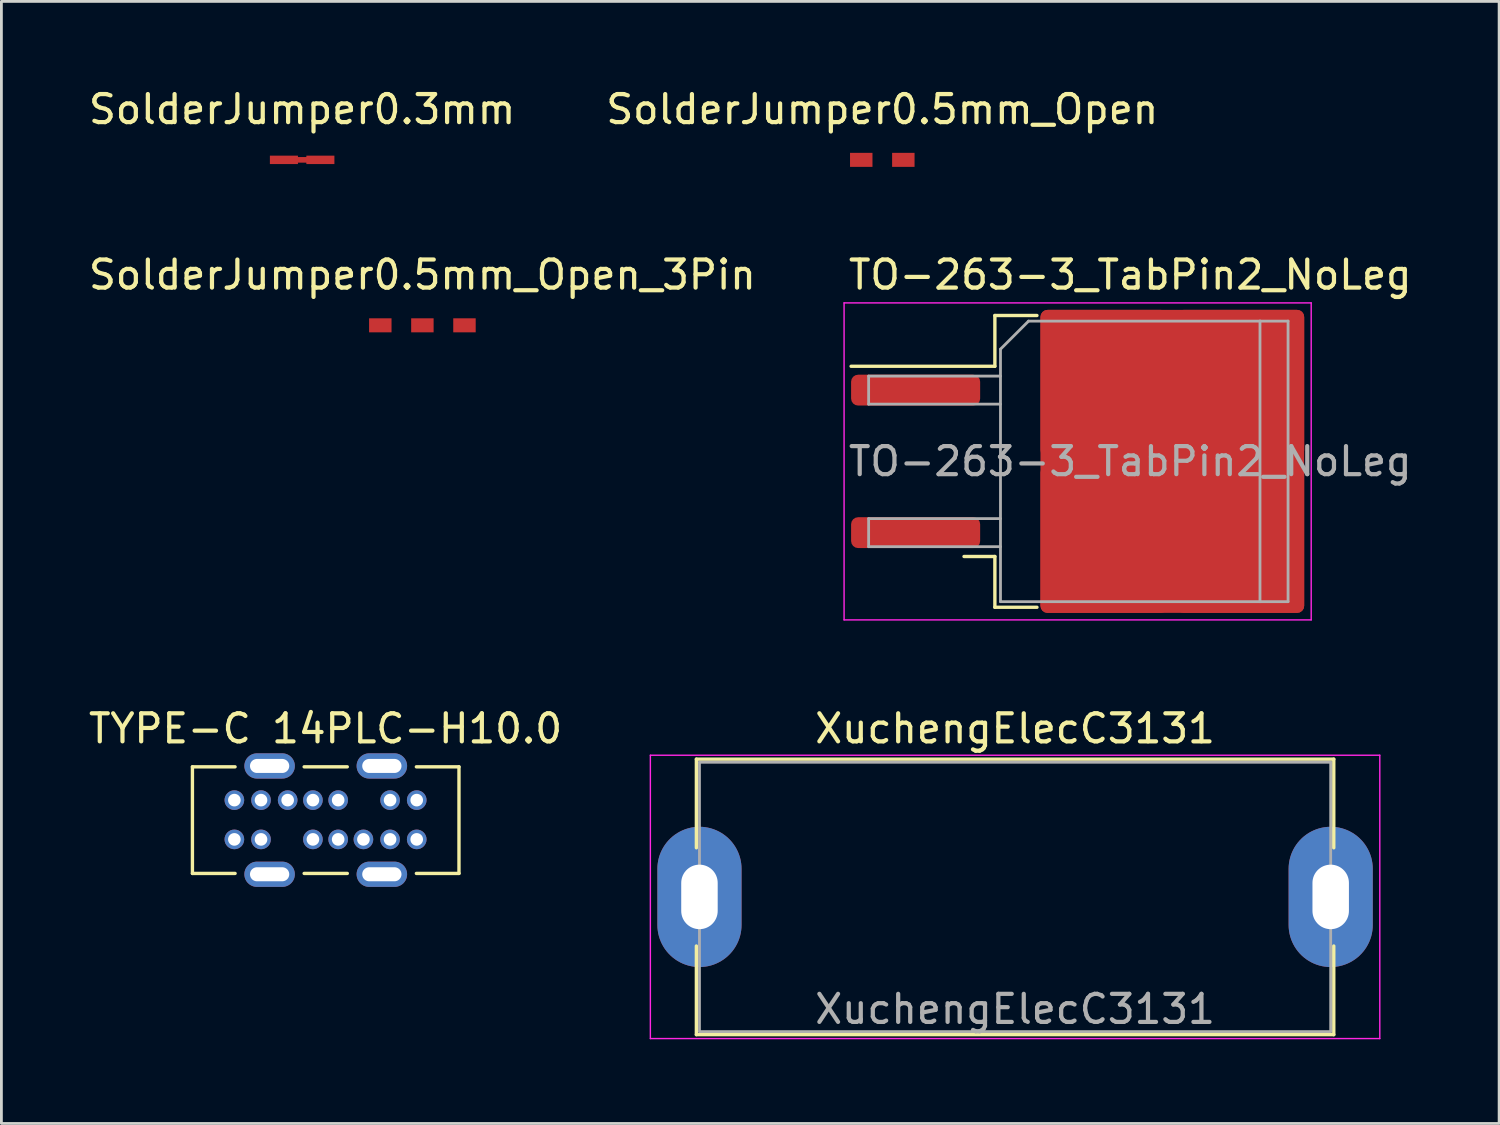
<source format=kicad_pcb>
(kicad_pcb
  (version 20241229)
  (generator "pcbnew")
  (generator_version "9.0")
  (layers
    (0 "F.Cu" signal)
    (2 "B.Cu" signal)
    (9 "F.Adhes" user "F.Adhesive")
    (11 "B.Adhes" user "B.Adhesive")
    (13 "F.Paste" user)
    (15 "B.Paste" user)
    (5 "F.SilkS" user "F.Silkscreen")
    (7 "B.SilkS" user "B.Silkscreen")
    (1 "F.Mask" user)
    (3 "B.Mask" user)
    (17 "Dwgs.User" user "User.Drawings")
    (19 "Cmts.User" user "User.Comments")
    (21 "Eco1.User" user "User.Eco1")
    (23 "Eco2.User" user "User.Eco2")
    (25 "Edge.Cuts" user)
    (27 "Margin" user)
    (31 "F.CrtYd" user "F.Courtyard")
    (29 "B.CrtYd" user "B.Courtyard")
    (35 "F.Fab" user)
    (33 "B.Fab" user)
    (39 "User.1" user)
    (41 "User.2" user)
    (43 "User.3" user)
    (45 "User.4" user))
  (footprint "SolderJumper0.3mm"
    (layer "F.Cu")
    (at 7.72 2.648)
    (property "Reference" "SolderJumper0.3mm" (at 0 -1.8 0) (layer "F.SilkS") (effects (font (size 1 1) (thickness 0.15))))
    (attr exclude_from_pos_files exclude_from_bom)
    (fp_poly (pts (xy -0.25 -0.1) (xy 0.25 -0.1) (xy 0.25 0.1) (xy -0.25 0.1)) (stroke (width 0) (type solid)) (fill yes) (layer "F.Cu"))
    (pad "1" smd rect (at -0.65 0) (size 1 0.3) (layers "F.Cu" "F.Mask"))
    (pad "2" smd rect (at 0.65 0) (size 1 0.3) (layers "F.Cu" "F.Mask")))
  (footprint "TYPE-C 14PLC-H10.0"
    (layer "F.Cu")
    (at 8.554 26.17)
    (property "Reference" "TYPE-C 14PLC-H10.0" (at 0 -3.25 0) (layer "F.SilkS") (effects (font (size 1 1) (thickness 0.15))))
    (attr smd)
    (fp_line (start -4.745 -1.887) (end -3.225 -1.887) (stroke (width 0.12) (type solid)) (layer "F.SilkS"))
    (fp_line (start -4.745 1.913) (end -4.745 -1.887) (stroke (width 0.12) (type solid)) (layer "F.SilkS"))
    (fp_line (start -4.745 1.913) (end -3.224 1.913) (stroke (width 0.12) (type solid)) (layer "F.SilkS"))
    (fp_line (start -0.763 -1.887) (end 0.775 -1.887) (stroke (width 0.12) (type solid)) (layer "F.SilkS"))
    (fp_line (start -0.763 1.913) (end 0.776 1.913) (stroke (width 0.12) (type solid)) (layer "F.SilkS"))
    (fp_line (start 3.237 -1.887) (end 4.756 -1.887) (stroke (width 0.12) (type solid)) (layer "F.SilkS"))
    (fp_line (start 3.237 1.913) (end 4.756 1.913) (stroke (width 0.12) (type solid)) (layer "F.SilkS"))
    (fp_line (start 4.756 -1.887) (end 4.756 1.913) (stroke (width 0.12) (type solid)) (layer "F.SilkS"))
    (pad "A1" thru_hole circle (at -3.25 -0.7) (size 0.7 0.7) (drill 0.45) (layers "*.Cu" "*.Mask"))
    (pad "A4" thru_hole circle (at -2.3 -0.7) (size 0.7 0.7) (drill 0.45) (layers "*.Cu" "*.Mask"))
    (pad "A5" thru_hole circle (at -1.35 -0.7) (size 0.7 0.7) (drill 0.45) (layers "*.Cu" "*.Mask"))
    (pad "A6" thru_hole circle (at -0.45 -0.7) (size 0.7 0.7) (drill 0.45) (layers "*.Cu" "*.Mask"))
    (pad "A7" thru_hole circle (at 0.45 -0.7) (size 0.7 0.7) (drill 0.45) (layers "*.Cu" "*.Mask"))
    (pad "A9" thru_hole circle (at 2.3 -0.7) (size 0.7 0.7) (drill 0.45) (layers "*.Cu" "*.Mask"))
    (pad "A12" thru_hole circle (at 3.25 -0.7) (size 0.7 0.7) (drill 0.45) (layers "*.Cu" "*.Mask"))
    (pad "B1" thru_hole circle (at 3.25 0.7) (size 0.7 0.7) (drill 0.45) (layers "*.Cu" "*.Mask"))
    (pad "B4" thru_hole circle (at 2.3 0.7) (size 0.7 0.7) (drill 0.45) (layers "*.Cu" "*.Mask"))
    (pad "B5" thru_hole circle (at 1.35 0.7) (size 0.7 0.7) (drill 0.45) (layers "*.Cu" "*.Mask"))
    (pad "B6" thru_hole circle (at 0.45 0.7) (size 0.7 0.7) (drill 0.45) (layers "*.Cu" "*.Mask"))
    (pad "B7" thru_hole circle (at -0.45 0.7) (size 0.7 0.7) (drill 0.45) (layers "*.Cu" "*.Mask"))
    (pad "B9" thru_hole circle (at -2.3 0.7) (size 0.7 0.7) (drill 0.45) (layers "*.Cu" "*.Mask"))
    (pad "B12" thru_hole circle (at -3.25 0.7) (size 0.7 0.7) (drill 0.45) (layers "*.Cu" "*.Mask"))
    (pad "S1" thru_hole oval (at -1.994 -1.918) (size 1.8 0.9) (drill oval 1.4 0.5) (layers "*.Cu" "*.Mask"))
    (pad "S1" thru_hole oval (at -1.994 1.943) (size 1.8 0.9) (drill oval 1.4 0.5) (layers "*.Cu" "*.Mask"))
    (pad "S1" thru_hole oval (at 2.007 -1.918) (size 1.8 0.9) (drill oval 1.4 0.5) (layers "*.Cu" "*.Mask"))
    (pad "S1" thru_hole oval (at 2.007 1.943) (size 1.8 0.9) (drill oval 1.4 0.5) (layers "*.Cu" "*.Mask")))
  (footprint "SolderJumper0.5mm_Open"
    (layer "F.Cu")
    (at 28.399 2.648)
    (property "Reference" "SolderJumper0.5mm_Open" (at 0 -1.8 0) (layer "F.SilkS") (effects (font (size 1 1) (thickness 0.15))))
    (attr exclude_from_pos_files exclude_from_bom)
    (pad "1" smd rect (at -0.75 0) (size 0.8 0.5) (layers "F.Cu" "F.Mask"))
    (pad "2" smd rect (at 0.75 0) (size 0.8 0.5) (layers "F.Cu" "F.Mask")))
  (footprint "SolderJumper0.5mm_Open_3Pin"
    (layer "F.Cu")
    (at 12.006 8.546)
    (property "Reference" "SolderJumper0.5mm_Open_3Pin" (at 0 -1.8 0) (layer "F.SilkS") (effects (font (size 1 1) (thickness 0.15))))
    (attr exclude_from_pos_files exclude_from_bom)
    (pad "1" smd rect (at -1.5 0) (size 0.8 0.5) (layers "F.Cu" "F.Mask"))
    (pad "2" smd rect (at 0 0) (size 0.8 0.5) (layers "F.Cu" "F.Mask"))
    (pad "3" smd rect (at 1.5 0) (size 0.8 0.5) (layers "F.Cu" "F.Mask")))
  (footprint "TO-263-3_TabPin2_NoLeg"
    (layer "F.Cu")
    (at 37.237 13.396)
    (property "Reference" "TO-263-3_TabPin2_NoLeg" (at 0 -6.65 0) (layer "F.SilkS") (effects (font (size 1 1) (thickness 0.15))))
    (attr smd)
    (fp_line (start -4.825 -5.2) (end -4.825 -3.39) (stroke (width 0.12) (type solid)) (layer "F.SilkS"))
    (fp_line (start -4.825 -3.39) (end -9.95 -3.39) (stroke (width 0.12) (type solid)) (layer "F.SilkS"))
    (fp_line (start -4.825 3.39) (end -5.925 3.39) (stroke (width 0.12) (type solid)) (layer "F.SilkS"))
    (fp_line (start -4.825 5.2) (end -4.825 3.39) (stroke (width 0.12) (type solid)) (layer "F.SilkS"))
    (fp_line (start -3.325 -5.2) (end -4.825 -5.2) (stroke (width 0.12) (type solid)) (layer "F.SilkS"))
    (fp_line (start -3.325 5.2) (end -4.825 5.2) (stroke (width 0.12) (type solid)) (layer "F.SilkS"))
    (fp_line (start -10.2 -5.65) (end -10.2 5.65) (stroke (width 0.05) (type solid)) (layer "F.CrtYd"))
    (fp_line (start -10.2 5.65) (end 6.45 5.65) (stroke (width 0.05) (type solid)) (layer "F.CrtYd"))
    (fp_line (start 6.45 -5.65) (end -10.2 -5.65) (stroke (width 0.05) (type solid)) (layer "F.CrtYd"))
    (fp_line (start 6.45 5.65) (end 6.45 -5.65) (stroke (width 0.05) (type solid)) (layer "F.CrtYd"))
    (fp_line (start -9.325 -3.04) (end -9.325 -2.04) (stroke (width 0.1) (type solid)) (layer "F.Fab"))
    (fp_line (start -9.325 -2.04) (end -4.625 -2.04) (stroke (width 0.1) (type solid)) (layer "F.Fab"))
    (fp_line (start -9.325 2.04) (end -9.325 3.04) (stroke (width 0.1) (type solid)) (layer "F.Fab"))
    (fp_line (start -9.325 3.04) (end -4.625 3.04) (stroke (width 0.1) (type solid)) (layer "F.Fab"))
    (fp_line (start -4.625 -4) (end -3.625 -5) (stroke (width 0.1) (type solid)) (layer "F.Fab"))
    (fp_line (start -4.625 -3.04) (end -9.325 -3.04) (stroke (width 0.1) (type solid)) (layer "F.Fab"))
    (fp_line (start -4.625 2.04) (end -9.325 2.04) (stroke (width 0.1) (type solid)) (layer "F.Fab"))
    (fp_line (start -4.625 5) (end -4.625 -4) (stroke (width 0.1) (type solid)) (layer "F.Fab"))
    (fp_line (start -3.625 -5) (end 4.625 -5) (stroke (width 0.1) (type solid)) (layer "F.Fab"))
    (fp_line (start 4.625 -5) (end 4.625 5) (stroke (width 0.1) (type solid)) (layer "F.Fab"))
    (fp_line (start 4.625 -5) (end 5.625 -5) (stroke (width 0.1) (type solid)) (layer "F.Fab"))
    (fp_line (start 4.625 5) (end -4.625 5) (stroke (width 0.1) (type solid)) (layer "F.Fab"))
    (fp_line (start 5.625 -5) (end 5.625 5) (stroke (width 0.1) (type solid)) (layer "F.Fab"))
    (fp_line (start 5.625 5) (end 4.625 5) (stroke (width 0.1) (type solid)) (layer "F.Fab"))
    (fp_text user "${REFERENCE}" (at 0 0 0) (layer "F.Fab") (effects (font (size 1 1) (thickness 0.15))))
    (pad "1" smd roundrect (at -7.65 -2.54) (size 4.6 1.1) (layers "F.Cu" "F.Mask" "F.Paste") (roundrect_rratio 0.227))
    (pad "2" smd roundrect (at -0.925 -2.775) (size 4.55 5.25) (layers "F.Cu" "F.Paste") (roundrect_rratio 0.055))
    (pad "2" smd roundrect (at -0.925 2.775) (size 4.55 5.25) (layers "F.Cu" "F.Paste") (roundrect_rratio 0.055))
    (pad "2" smd roundrect (at 1.5 0) (size 9.4 10.8) (layers "F.Cu" "F.Mask") (roundrect_rratio 0.027))
    (pad "2" smd roundrect (at 3.925 -2.775) (size 4.55 5.25) (layers "F.Cu" "F.Paste") (roundrect_rratio 0.055))
    (pad "2" smd roundrect (at 3.925 2.775) (size 4.55 5.25) (layers "F.Cu" "F.Paste") (roundrect_rratio 0.055))
    (pad "3" smd roundrect (at -7.65 2.54) (size 4.6 1.1) (layers "F.Cu" "F.Mask" "F.Paste") (roundrect_rratio 0.227)))
  (footprint "XuchengElecC3131"
    (layer "F.Cu")
    (at 21.882 28.92)
    (property "Reference" "XuchengElecC3131" (at 11.25 -6 0) (layer "F.SilkS") (effects (font (size 1 1) (thickness 0.15))))
    (attr through_hole)
    (fp_line (start -0.11 -4.91) (end 22.61 -4.91) (stroke (width 0.12) (type solid)) (layer "F.SilkS"))
    (fp_line (start -0.11 -1.75) (end -0.11 -4.91) (stroke (width 0.12) (type solid)) (layer "F.SilkS"))
    (fp_line (start -0.11 4.91) (end -0.11 1.75) (stroke (width 0.12) (type solid)) (layer "F.SilkS"))
    (fp_line (start -0.11 4.91) (end 22.61 4.91) (stroke (width 0.12) (type solid)) (layer "F.SilkS"))
    (fp_line (start 22.61 -1.75) (end 22.61 -4.91) (stroke (width 0.12) (type solid)) (layer "F.SilkS"))
    (fp_line (start 22.61 4.91) (end 22.61 1.75) (stroke (width 0.12) (type solid)) (layer "F.SilkS"))
    (fp_line (start -1.75 -5.05) (end 24.25 -5.05) (stroke (width 0.05) (type solid)) (layer "F.CrtYd"))
    (fp_line (start -1.75 5.05) (end -1.75 -5.05) (stroke (width 0.05) (type solid)) (layer "F.CrtYd"))
    (fp_line (start 24.25 -5.05) (end 24.25 5.05) (stroke (width 0.05) (type solid)) (layer "F.CrtYd"))
    (fp_line (start 24.25 5.05) (end -1.75 5.05) (stroke (width 0.05) (type solid)) (layer "F.CrtYd"))
    (fp_line (start 0 -4.8) (end 0 4.8) (stroke (width 0.1) (type solid)) (layer "F.Fab"))
    (fp_line (start 0 4.8) (end 22.5 4.8) (stroke (width 0.1) (type solid)) (layer "F.Fab"))
    (fp_line (start 22.5 -4.8) (end 0 -4.8) (stroke (width 0.1) (type solid)) (layer "F.Fab"))
    (fp_line (start 22.5 4.8) (end 22.5 -4.8) (stroke (width 0.1) (type solid)) (layer "F.Fab"))
    (fp_text user "${REFERENCE}" (at 11.25 4 0) (layer "F.Fab") (effects (font (size 1 1) (thickness 0.15))))
    (pad "1" thru_hole oval (at 0 0) (size 3 5) (drill oval 1.3 2.3) (layers "*.Cu" "*.Mask"))
    (pad "2" thru_hole oval (at 22.5 0) (size 3 5) (drill oval 1.3 2.3) (layers "*.Cu" "*.Mask")))
  (gr_rect
    (start -3 -3)
    (end 50.386 36.995)
    (stroke (width 0.1) (type default))
    (fill no)
    (layer "Edge.Cuts")))
</source>
